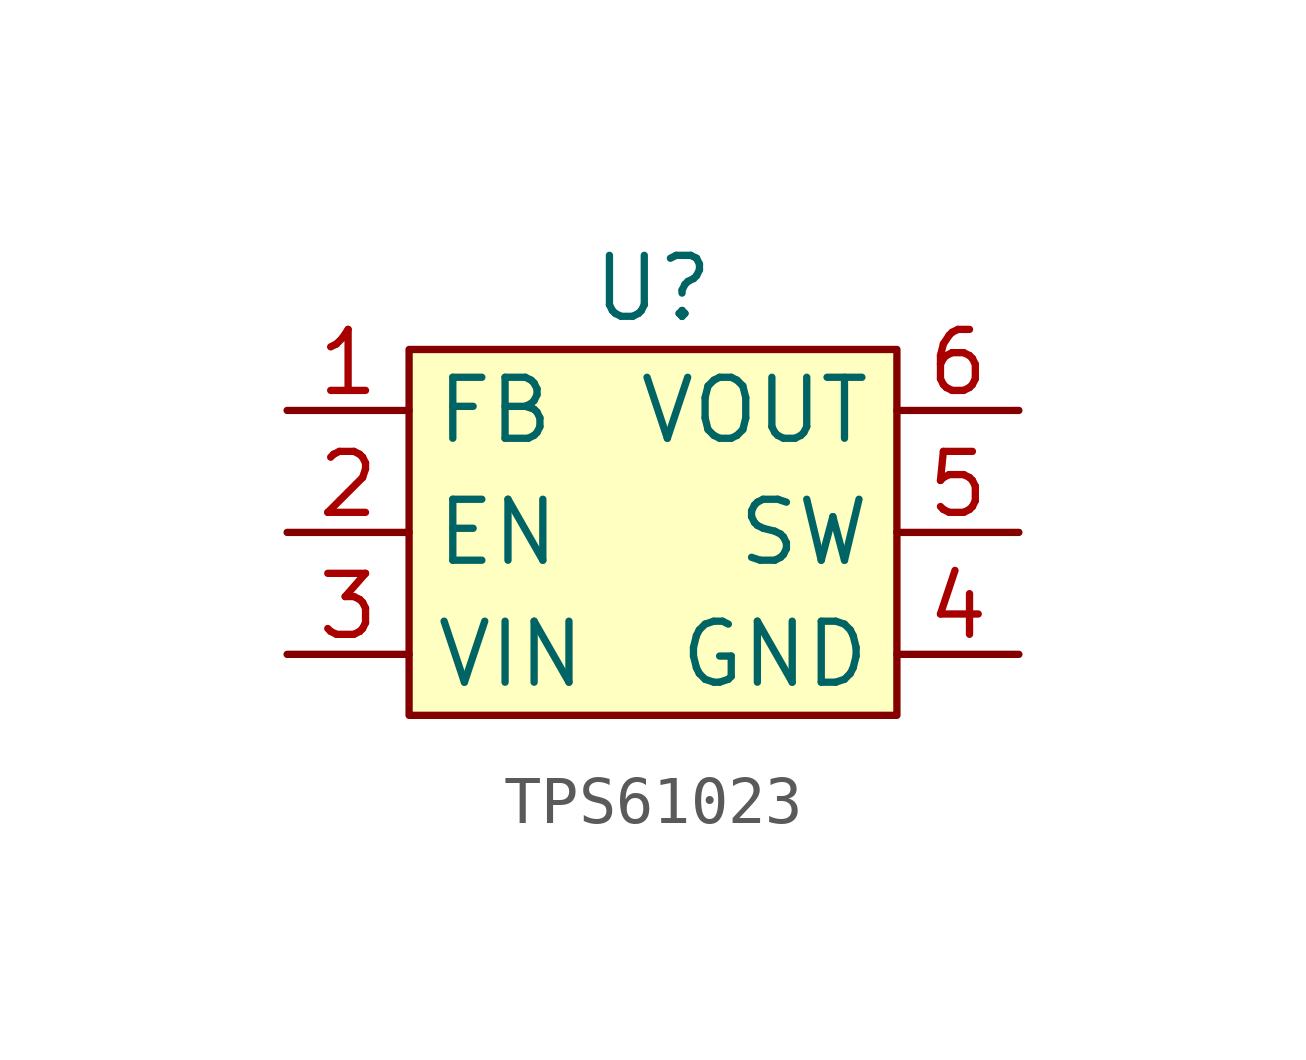
<source format=kicad_sym>
(kicad_symbol_lib
  (version 20220914)
  (generator kicad_symbol_editor)
  (symbol "TPS61023"
    (property "Reference" "U"
      (at 0 5.08 0)
      (effects (font (size 1.27 1.27))))
    (property "Value" ""
      (at 1.27 2.54 0)
      (effects (font (size 1.27 1.27))))
    (symbol "TPS61023_1_1"
      (rectangle (start -5.08 3.81) (end 5.08 -3.81) (stroke (width 0) (type default)) (fill (type background)))
      (pin input line (at -7.62 2.54 0) (length 2.54) (name "FB" (effects (font (size 1.27 1.27)))) (number "1" (effects (font (size 1.27 1.27)))))
      (pin input line (at -7.62 0 0) (length 2.54) (name "EN" (effects (font (size 1.27 1.27)))) (number "2" (effects (font (size 1.27 1.27)))))
      (pin power_in line (at -7.62 -2.54 0) (length 2.54) (name "VIN" (effects (font (size 1.27 1.27)))) (number "3" (effects (font (size 1.27 1.27)))))
      (pin power_in line (at 7.62 -2.54 180) (length 2.54) (name "GND" (effects (font (size 1.27 1.27)))) (number "4" (effects (font (size 1.27 1.27)))))
      (pin power_out line (at 7.62 0 180) (length 2.54) (name "SW" (effects (font (size 1.27 1.27)))) (number "5" (effects (font (size 1.27 1.27)))))
      (pin power_out line (at 7.62 2.54 180) (length 2.54) (name "VOUT" (effects (font (size 1.27 1.27)))) (number "6" (effects (font (size 1.27 1.27))))))))
</source>
